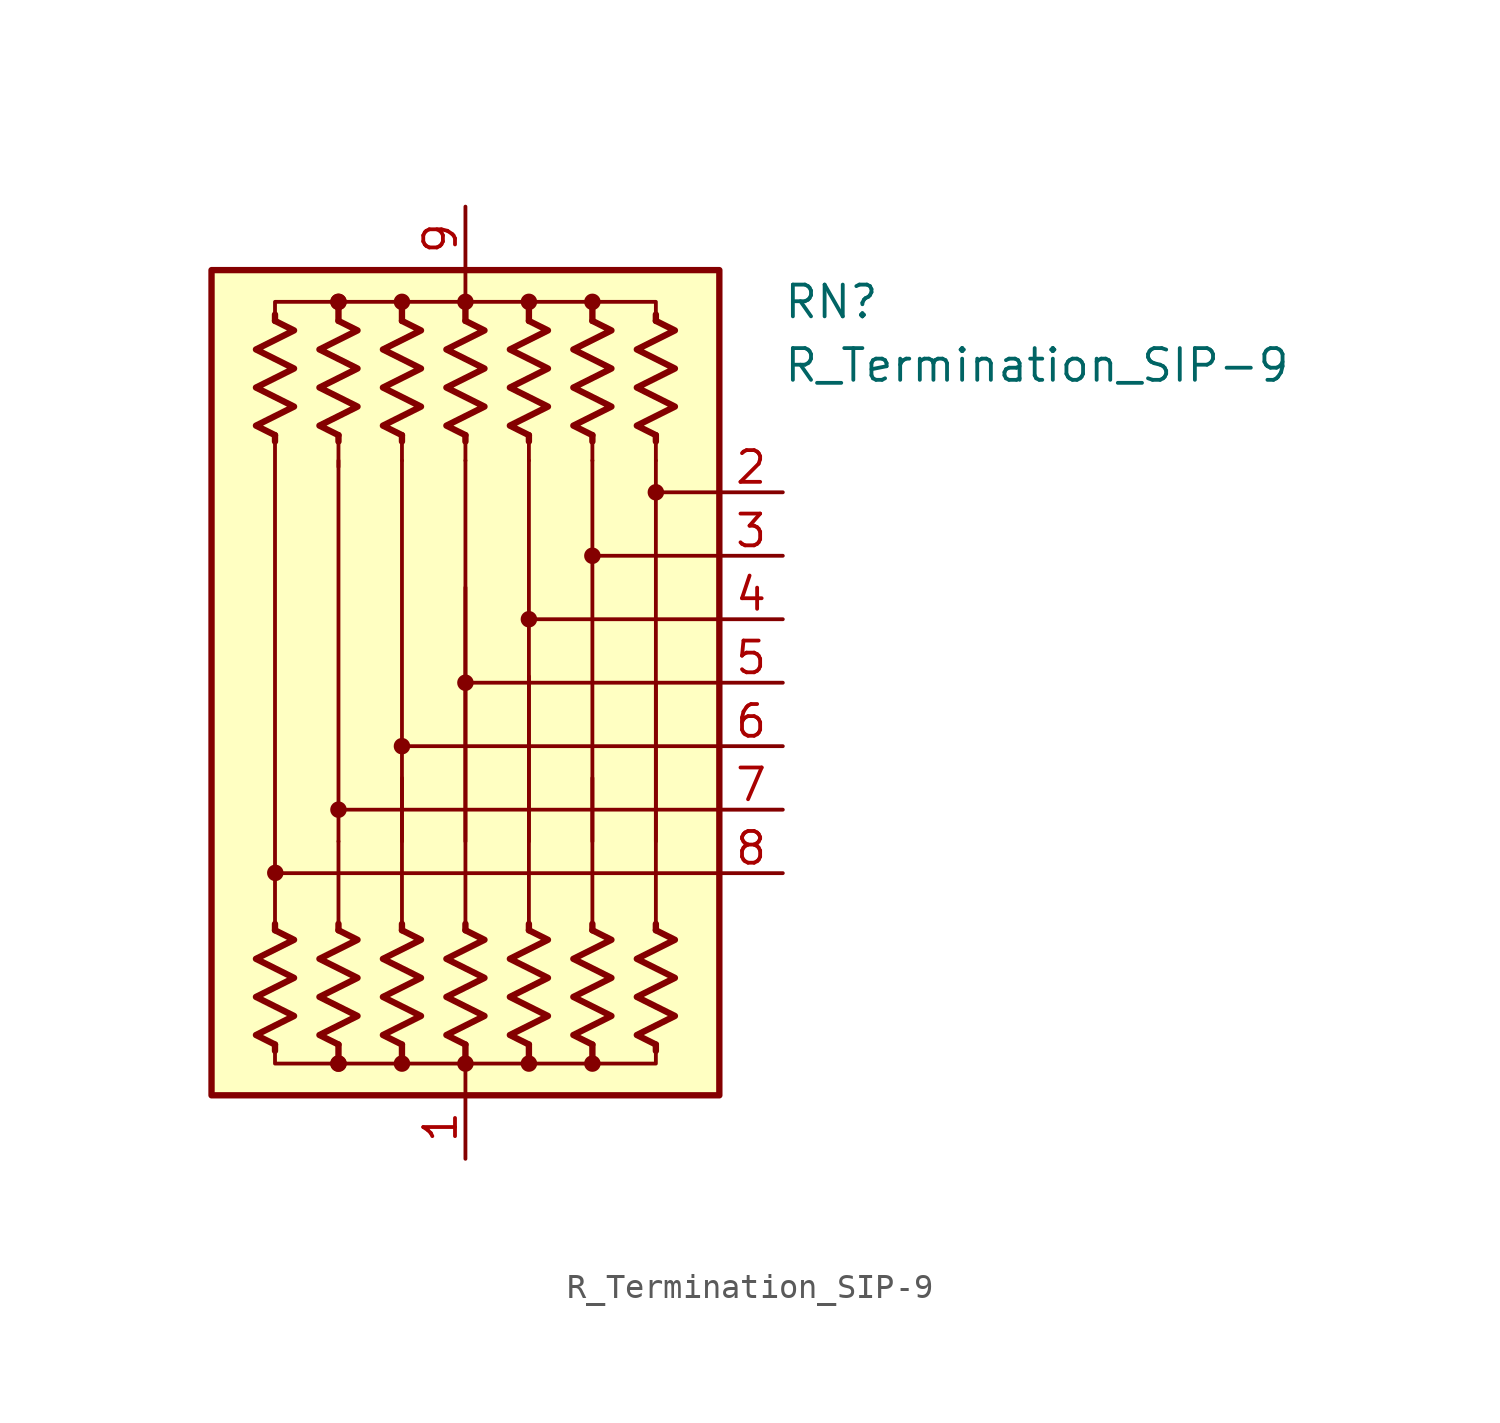
<source format=kicad_sym>
(kicad_symbol_lib
  (version 20220914)
  (generator kicad_symbol_editor)
  (symbol "R_Termination_SIP-9"
    (pin_names
      (offset 0.002) hide)
    (property "Reference" "RN"
      (at 12.7 15.24 0)
      (effects (font (size 1.27 1.27)) (justify left)))
    (property "Value" "R_Termination_SIP-9"
      (at 12.7 12.7 0)
      (effects (font (size 1.27 1.27)) (justify left)))
    (symbol "R_Termination_SIP-9_0_1"
      (rectangle (start -10.16 16.51) (end 10.16 -16.51) (stroke (width 0.254) (type default)) (fill (type background)))
      (circle (center -7.608 -7.609) (radius 0.254) (stroke (width 0) (type default)) (fill (type outline)))
      (circle (center -5.08 -15.24) (radius 0.254) (stroke (width 0) (type default)) (fill (type outline)))
      (circle (center -5.08 -15.24) (radius 0.254) (stroke (width 0) (type default)) (fill (type outline)))
      (circle (center -5.08 -5.08) (radius 0.254) (stroke (width 0) (type default)) (fill (type outline)))
      (circle (center -5.08 15.24) (radius 0.254) (stroke (width 0) (type default)) (fill (type outline)))
      (circle (center -5.08 15.24) (radius 0.254) (stroke (width 0) (type default)) (fill (type outline)))
      (circle (center -2.54 -15.24) (radius 0.254) (stroke (width 0) (type default)) (fill (type outline)))
      (circle (center -2.54 -2.54) (radius 0.254) (stroke (width 0) (type default)) (fill (type outline)))
      (circle (center -2.54 15.24) (radius 0.254) (stroke (width 0) (type default)) (fill (type outline)))
      (circle (center 0 -15.24) (radius 0.254) (stroke (width 0) (type default)) (fill (type outline)))
      (polyline (pts (xy -7.62 -14.478) (xy -7.62 -14.732)) (stroke (width 0.254) (type default)) (fill (type none)))
      (polyline (pts (xy -7.62 -9.906) (xy -7.62 -9.652)) (stroke (width 0.254) (type default)) (fill (type none)))
      (polyline (pts (xy -7.62 9.906) (xy -7.62 -9.906)) (stroke (width 0) (type default)) (fill (type none)))
      (polyline (pts (xy -7.62 9.906) (xy -7.62 9.652)) (stroke (width 0.254) (type default)) (fill (type none)))
      (polyline (pts (xy -7.62 14.478) (xy -7.62 14.732)) (stroke (width 0.254) (type default)) (fill (type none)))
      (polyline (pts (xy -5.08 -14.478) (xy -5.08 -15.24)) (stroke (width 0.254) (type default)) (fill (type none)))
      (polyline (pts (xy -5.08 -9.906) (xy -5.08 -9.652)) (stroke (width 0.254) (type default)) (fill (type none)))
      (polyline (pts (xy -5.08 -9.906) (xy -5.08 -6.35)) (stroke (width 0) (type default)) (fill (type none)))
      (polyline (pts (xy -5.08 8.89) (xy -5.08 -6.35)) (stroke (width 0.152) (type default)) (fill (type none)))
      (polyline (pts (xy -5.08 9.906) (xy -5.08 8.636)) (stroke (width 0) (type default)) (fill (type none)))
      (polyline (pts (xy -5.08 9.906) (xy -5.08 9.652)) (stroke (width 0.254) (type default)) (fill (type none)))
      (polyline (pts (xy -5.08 14.478) (xy -5.08 15.24)) (stroke (width 0.254) (type default)) (fill (type none)))
      (polyline (pts (xy -2.54 -14.478) (xy -2.54 -15.24)) (stroke (width 0.254) (type default)) (fill (type none)))
      (polyline (pts (xy -2.54 -9.906) (xy -2.54 -9.652)) (stroke (width 0.254) (type default)) (fill (type none)))
      (polyline (pts (xy -2.54 -9.906) (xy -2.54 -3.81)) (stroke (width 0) (type default)) (fill (type none)))
      (polyline (pts (xy -2.54 8.89) (xy -2.54 -6.35)) (stroke (width 0.152) (type default)) (fill (type none)))
      (polyline (pts (xy -2.54 9.906) (xy -2.54 8.89)) (stroke (width 0) (type default)) (fill (type none)))
      (polyline (pts (xy -2.54 9.906) (xy -2.54 9.652)) (stroke (width 0.254) (type default)) (fill (type none)))
      (polyline (pts (xy -2.54 14.478) (xy -2.54 15.24)) (stroke (width 0.254) (type default)) (fill (type none)))
      (polyline (pts (xy 0 -16.51) (xy 0 -15.24)) (stroke (width 0) (type default)) (fill (type none)))
      (polyline (pts (xy 0 -14.478) (xy 0 -15.24)) (stroke (width 0.254) (type default)) (fill (type none)))
      (polyline (pts (xy 0 -9.906) (xy 0 -9.652)) (stroke (width 0.254) (type default)) (fill (type none)))
      (polyline (pts (xy 0 -9.906) (xy 0 3.81)) (stroke (width 0) (type default)) (fill (type none)))
      (polyline (pts (xy 0 8.89) (xy 0 -6.35)) (stroke (width 0.152) (type default)) (fill (type none)))
      (polyline (pts (xy 0 9.906) (xy 0 8.89)) (stroke (width 0) (type default)) (fill (type none)))
      (polyline (pts (xy 0 9.906) (xy 0 9.652)) (stroke (width 0.254) (type default)) (fill (type none)))
      (polyline (pts (xy 0 14.478) (xy 0 15.24)) (stroke (width 0.254) (type default)) (fill (type none)))
      (polyline (pts (xy 0 16.51) (xy 0 15.24)) (stroke (width 0) (type default)) (fill (type none)))
      (polyline (pts (xy 2.54 -14.478) (xy 2.54 -15.24)) (stroke (width 0.254) (type default)) (fill (type none)))
      (polyline (pts (xy 2.54 -9.906) (xy 2.54 -9.652)) (stroke (width 0.254) (type default)) (fill (type none)))
      (polyline (pts (xy 2.54 -9.906) (xy 2.54 0.254)) (stroke (width 0) (type default)) (fill (type none)))
      (polyline (pts (xy 2.54 8.89) (xy 2.54 -6.35)) (stroke (width 0.152) (type default)) (fill (type none)))
      (polyline (pts (xy 2.54 9.906) (xy 2.54 8.89)) (stroke (width 0) (type default)) (fill (type none)))
      (polyline (pts (xy 2.54 9.906) (xy 2.54 9.652)) (stroke (width 0.254) (type default)) (fill (type none)))
      (polyline (pts (xy 2.54 14.478) (xy 2.54 14.986)) (stroke (width 0.254) (type default)) (fill (type none)))
      (polyline (pts (xy 5.08 -14.478) (xy 5.08 -15.24)) (stroke (width 0.254) (type default)) (fill (type none)))
      (polyline (pts (xy 5.08 -9.906) (xy 5.08 -9.652)) (stroke (width 0.254) (type default)) (fill (type none)))
      (polyline (pts (xy 5.08 -9.906) (xy 5.08 -3.81)) (stroke (width 0) (type default)) (fill (type none)))
      (polyline (pts (xy 5.08 8.89) (xy 5.08 -6.35)) (stroke (width 0.152) (type default)) (fill (type none)))
      (polyline (pts (xy 5.08 9.906) (xy 5.08 8.89)) (stroke (width 0) (type default)) (fill (type none)))
      (polyline (pts (xy 5.08 9.906) (xy 5.08 9.652)) (stroke (width 0.254) (type default)) (fill (type none)))
      (polyline (pts (xy 5.08 14.478) (xy 5.08 14.986)) (stroke (width 0.254) (type default)) (fill (type none)))
      (polyline (pts (xy 7.62 -14.478) (xy 7.62 -14.732)) (stroke (width 0.254) (type default)) (fill (type none)))
      (polyline (pts (xy 7.62 -9.906) (xy 7.62 -9.652)) (stroke (width 0.254) (type default)) (fill (type none)))
      (polyline (pts (xy 7.62 -9.906) (xy 7.62 0)) (stroke (width 0) (type default)) (fill (type none)))
      (polyline (pts (xy 7.62 8.89) (xy 7.62 -6.35)) (stroke (width 0.152) (type default)) (fill (type none)))
      (polyline (pts (xy 7.62 9.906) (xy 7.62 8.89)) (stroke (width 0) (type default)) (fill (type none)))
      (polyline (pts (xy 7.62 9.906) (xy 7.62 9.652)) (stroke (width 0.254) (type default)) (fill (type none)))
      (polyline (pts (xy 7.62 14.478) (xy 7.62 14.732)) (stroke (width 0.254) (type default)) (fill (type none)))
      (polyline (pts (xy 10.16 -7.62) (xy -7.62 -7.62)) (stroke (width 0.152) (type default)) (fill (type none)))
      (polyline (pts (xy 10.16 -5.08) (xy -5.08 -5.08)) (stroke (width 0.152) (type default)) (fill (type none)))
      (polyline (pts (xy 10.16 -2.54) (xy -2.54 -2.54)) (stroke (width 0.152) (type default)) (fill (type none)))
      (polyline (pts (xy 10.16 0) (xy 0 0)) (stroke (width 0.152) (type default)) (fill (type none)))
      (polyline (pts (xy 10.16 2.54) (xy 2.54 2.54)) (stroke (width 0.152) (type default)) (fill (type none)))
      (polyline (pts (xy 10.16 5.08) (xy 5.08 5.08)) (stroke (width 0.152) (type default)) (fill (type none)))
      (polyline (pts (xy 10.16 7.62) (xy 7.62 7.62)) (stroke (width 0.152) (type default)) (fill (type none)))
      (polyline (pts (xy -7.62 14.478) (xy -7.62 15.24) (xy -5.08 15.24) (xy -5.08 14.478)) (stroke (width 0) (type default)) (fill (type none)))
      (polyline (pts (xy -5.08 -14.478) (xy -5.08 -15.24) (xy -7.62 -15.24) (xy -7.62 -14.478)) (stroke (width 0) (type default)) (fill (type none)))
      (polyline (pts (xy -5.08 14.478) (xy -5.08 15.24) (xy -2.54 15.24) (xy -2.54 14.478)) (stroke (width 0) (type default)) (fill (type none)))
      (polyline (pts (xy -2.54 -14.478) (xy -2.54 -15.24) (xy -5.08 -15.24) (xy -5.08 -14.478)) (stroke (width 0) (type default)) (fill (type none)))
      (polyline (pts (xy -2.54 14.478) (xy -2.54 15.24) (xy 0 15.24) (xy 0 14.478)) (stroke (width 0) (type default)) (fill (type none)))
      (polyline (pts (xy 0 -14.478) (xy 0 -15.24) (xy -2.54 -15.24) (xy -2.54 -14.478)) (stroke (width 0) (type default)) (fill (type none)))
      (polyline (pts (xy 0 14.478) (xy 0 15.24) (xy 2.54 15.24) (xy 2.54 14.478)) (stroke (width 0) (type default)) (fill (type none)))
      (polyline (pts (xy 2.54 -14.478) (xy 2.54 -15.24) (xy 0 -15.24) (xy 0 -14.478)) (stroke (width 0) (type default)) (fill (type none)))
      (polyline (pts (xy 2.54 14.478) (xy 2.54 15.24) (xy 5.08 15.24) (xy 5.08 14.478)) (stroke (width 0) (type default)) (fill (type none)))
      (polyline (pts (xy 5.08 -14.478) (xy 5.08 -15.24) (xy 2.54 -15.24) (xy 2.54 -14.478)) (stroke (width 0) (type default)) (fill (type none)))
      (polyline (pts (xy 5.08 14.478) (xy 5.08 15.24) (xy 7.62 15.24) (xy 7.62 14.478)) (stroke (width 0) (type default)) (fill (type none)))
      (polyline (pts (xy 7.62 -14.478) (xy 7.62 -15.24) (xy 5.08 -15.24) (xy 5.08 -14.478)) (stroke (width 0) (type default)) (fill (type none)))
      (polyline (pts (xy -7.62 -9.906) (xy -6.858 -10.287) (xy -8.382 -11.049) (xy -7.62 -11.43) (xy -6.858 -11.811) (xy -7.62 -12.192) (xy -8.382 -12.573) (xy -7.62 -12.954) (xy -6.858 -13.335) (xy -7.62 -13.716) (xy -8.382 -14.097) (xy -7.62 -14.478)) (stroke (width 0.254) (type default)) (fill (type none)))
      (polyline (pts (xy -7.62 14.478) (xy -6.858 14.097) (xy -8.382 13.335) (xy -7.62 12.954) (xy -6.858 12.573) (xy -7.62 12.192) (xy -8.382 11.811) (xy -7.62 11.43) (xy -6.858 11.049) (xy -7.62 10.668) (xy -8.382 10.287) (xy -7.62 9.906)) (stroke (width 0.254) (type default)) (fill (type none)))
      (polyline (pts (xy -5.08 -9.906) (xy -4.318 -10.287) (xy -5.842 -11.049) (xy -5.08 -11.43) (xy -4.318 -11.811) (xy -5.08 -12.192) (xy -5.842 -12.573) (xy -5.08 -12.954) (xy -4.318 -13.335) (xy -5.08 -13.716) (xy -5.842 -14.097) (xy -5.08 -14.478)) (stroke (width 0.254) (type default)) (fill (type none)))
      (polyline (pts (xy -5.08 14.478) (xy -4.318 14.097) (xy -5.842 13.335) (xy -5.08 12.954) (xy -4.318 12.573) (xy -5.08 12.192) (xy -5.842 11.811) (xy -5.08 11.43) (xy -4.318 11.049) (xy -5.08 10.668) (xy -5.842 10.287) (xy -5.08 9.906)) (stroke (width 0.254) (type default)) (fill (type none)))
      (polyline (pts (xy -2.54 -9.906) (xy -1.778 -10.287) (xy -3.302 -11.049) (xy -2.54 -11.43) (xy -1.778 -11.811) (xy -2.54 -12.192) (xy -3.302 -12.573) (xy -2.54 -12.954) (xy -1.778 -13.335) (xy -2.54 -13.716) (xy -3.302 -14.097) (xy -2.54 -14.478)) (stroke (width 0.254) (type default)) (fill (type none)))
      (polyline (pts (xy -2.54 14.478) (xy -1.778 14.097) (xy -3.302 13.335) (xy -2.54 12.954) (xy -1.778 12.573) (xy -2.54 12.192) (xy -3.302 11.811) (xy -2.54 11.43) (xy -1.778 11.049) (xy -2.54 10.668) (xy -3.302 10.287) (xy -2.54 9.906)) (stroke (width 0.254) (type default)) (fill (type none)))
      (polyline (pts (xy 0 -9.906) (xy 0.762 -10.287) (xy -0.762 -11.049) (xy 0 -11.43) (xy 0.762 -11.811) (xy 0 -12.192) (xy -0.762 -12.573) (xy 0 -12.954) (xy 0.762 -13.335) (xy 0 -13.716) (xy -0.762 -14.097) (xy 0 -14.478)) (stroke (width 0.254) (type default)) (fill (type none)))
      (polyline (pts (xy 0 14.478) (xy 0.762 14.097) (xy -0.762 13.335) (xy 0 12.954) (xy 0.762 12.573) (xy 0 12.192) (xy -0.762 11.811) (xy 0 11.43) (xy 0.762 11.049) (xy 0 10.668) (xy -0.762 10.287) (xy 0 9.906)) (stroke (width 0.254) (type default)) (fill (type none)))
      (polyline (pts (xy 2.54 -9.906) (xy 3.302 -10.287) (xy 1.778 -11.049) (xy 2.54 -11.43) (xy 3.302 -11.811) (xy 2.54 -12.192) (xy 1.778 -12.573) (xy 2.54 -12.954) (xy 3.302 -13.335) (xy 2.54 -13.716) (xy 1.778 -14.097) (xy 2.54 -14.478)) (stroke (width 0.254) (type default)) (fill (type none)))
      (polyline (pts (xy 2.54 14.478) (xy 3.302 14.097) (xy 1.778 13.335) (xy 2.54 12.954) (xy 3.302 12.573) (xy 2.54 12.192) (xy 1.778 11.811) (xy 2.54 11.43) (xy 3.302 11.049) (xy 2.54 10.668) (xy 1.778 10.287) (xy 2.54 9.906)) (stroke (width 0.254) (type default)) (fill (type none)))
      (polyline (pts (xy 5.08 -9.906) (xy 5.842 -10.287) (xy 4.318 -11.049) (xy 5.08 -11.43) (xy 5.842 -11.811) (xy 5.08 -12.192) (xy 4.318 -12.573) (xy 5.08 -12.954) (xy 5.842 -13.335) (xy 5.08 -13.716) (xy 4.318 -14.097) (xy 5.08 -14.478)) (stroke (width 0.254) (type default)) (fill (type none)))
      (polyline (pts (xy 5.08 14.478) (xy 5.842 14.097) (xy 4.318 13.335) (xy 5.08 12.954) (xy 5.842 12.573) (xy 5.08 12.192) (xy 4.318 11.811) (xy 5.08 11.43) (xy 5.842 11.049) (xy 5.08 10.668) (xy 4.318 10.287) (xy 5.08 9.906)) (stroke (width 0.254) (type default)) (fill (type none)))
      (polyline (pts (xy 7.62 -9.906) (xy 8.382 -10.287) (xy 6.858 -11.049) (xy 7.62 -11.43) (xy 8.382 -11.811) (xy 7.62 -12.192) (xy 6.858 -12.573) (xy 7.62 -12.954) (xy 8.382 -13.335) (xy 7.62 -13.716) (xy 6.858 -14.097) (xy 7.62 -14.478)) (stroke (width 0.254) (type default)) (fill (type none)))
      (polyline (pts (xy 7.62 14.478) (xy 8.382 14.097) (xy 6.858 13.335) (xy 7.62 12.954) (xy 8.382 12.573) (xy 7.62 12.192) (xy 6.858 11.811) (xy 7.62 11.43) (xy 8.382 11.049) (xy 7.62 10.668) (xy 6.858 10.287) (xy 7.62 9.906)) (stroke (width 0.254) (type default)) (fill (type none)))
      (circle (center 0 0) (radius 0.254) (stroke (width 0) (type default)) (fill (type outline)))
      (circle (center 0 15.24) (radius 0.254) (stroke (width 0) (type default)) (fill (type outline)))
      (circle (center 2.54 -15.24) (radius 0.254) (stroke (width 0) (type default)) (fill (type outline)))
      (circle (center 2.54 2.54) (radius 0.254) (stroke (width 0) (type default)) (fill (type outline)))
      (circle (center 2.54 15.24) (radius 0.254) (stroke (width 0) (type default)) (fill (type outline)))
      (circle (center 5.08 -15.24) (radius 0.254) (stroke (width 0) (type default)) (fill (type outline)))
      (circle (center 5.08 5.08) (radius 0.254) (stroke (width 0) (type default)) (fill (type outline)))
      (circle (center 5.08 15.24) (radius 0.254) (stroke (width 0) (type default)) (fill (type outline)))
      (circle (center 7.62 7.62) (radius 0.254) (stroke (width 0) (type default)) (fill (type outline))))
    (symbol "R_Termination_SIP-9_1_1"
      (pin passive line (at 0 -19.05 90) (length 2.54) (name "common" (effects (font (size 1.27 1.27)))) (number "1" (effects (font (size 1.27 1.27)))))
      (pin passive line (at 12.7 7.62 180) (length 2.54) (name "R2" (effects (font (size 1.27 1.27)))) (number "2" (effects (font (size 1.27 1.27)))))
      (pin passive line (at 12.7 5.08 180) (length 2.54) (name "R3" (effects (font (size 1.27 1.27)))) (number "3" (effects (font (size 1.27 1.27)))))
      (pin passive line (at 12.7 2.54 180) (length 2.54) (name "R4" (effects (font (size 1.27 1.27)))) (number "4" (effects (font (size 1.27 1.27)))))
      (pin passive line (at 12.7 0 180) (length 2.54) (name "R5" (effects (font (size 1.27 1.27)))) (number "5" (effects (font (size 1.27 1.27)))))
      (pin passive line (at 12.7 -2.54 180) (length 2.54) (name "R6" (effects (font (size 1.27 1.27)))) (number "6" (effects (font (size 1.27 1.27)))))
      (pin passive line (at 12.7 -5.08 180) (length 2.54) (name "R7" (effects (font (size 1.27 1.27)))) (number "7" (effects (font (size 1.27 1.27)))))
      (pin passive line (at 12.7 -7.62 180) (length 2.54) (name "R8" (effects (font (size 1.27 1.27)))) (number "8" (effects (font (size 1.27 1.27)))))
      (pin passive line (at 0 19.05 270) (length 2.54) (name "common" (effects (font (size 1.27 1.27)))) (number "9" (effects (font (size 1.27 1.27))))))))
</source>
